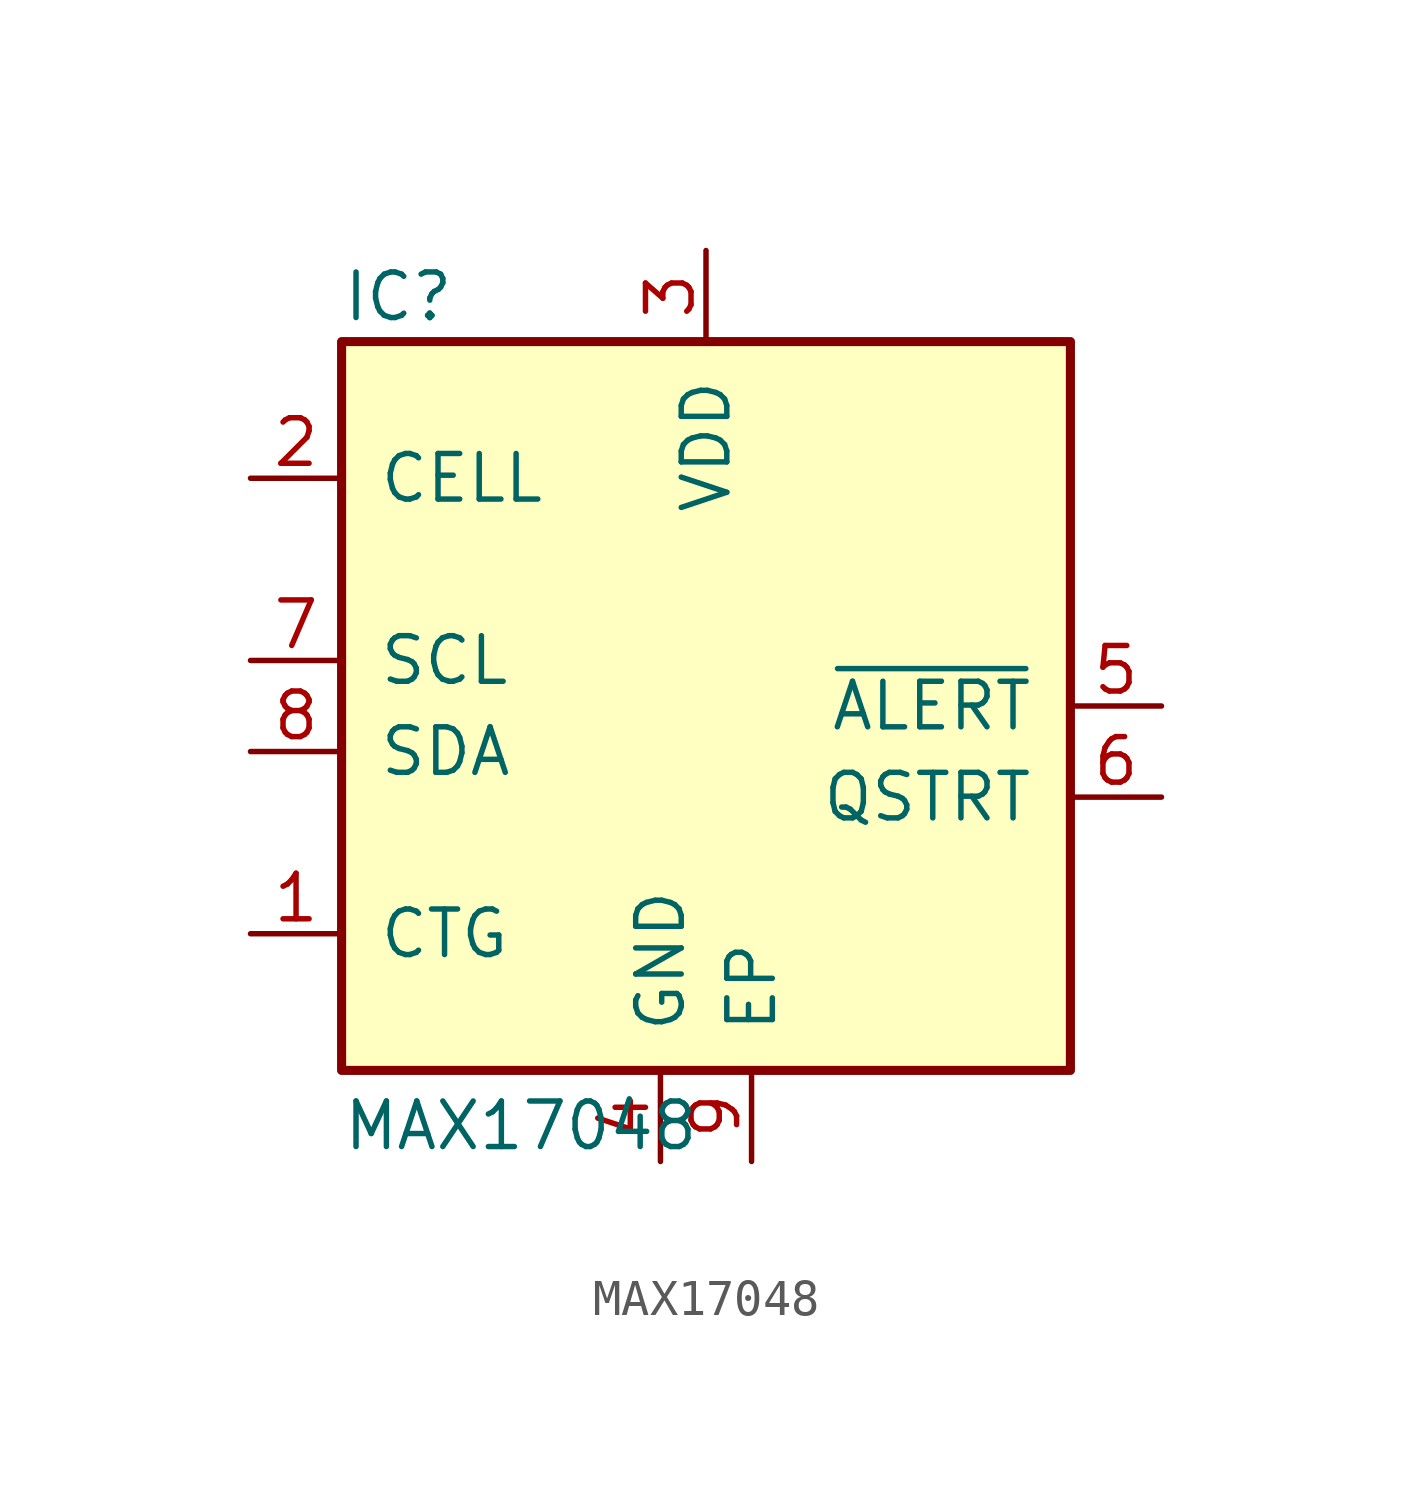
<source format=kicad_sym>
(kicad_symbol_lib
  (version 20241209)
  (generator "kicad_symbol_editor")
  (generator_version "9.0")
  (symbol "MAX17048"
    (pin_names
      (offset 1.016))
    (property "Reference" "IC"
      (at -10.16 10.668 0)
      (effects (font (size 1.27 1.27)) (justify left bottom)))
    (property "Value" "MAX17048"
      (at -10.16 -12.446 0)
      (effects (font (size 1.27 1.27)) (justify left bottom)))
    (symbol "MAX17048_0_0"
      (pin power_in line (at -12.7 6.35 0) (length 2.54) (name "CELL" (effects (font (size 1.27 1.27)))) (number "2" (effects (font (size 1.27 1.27)))))
      (pin input line (at -12.7 1.27 0) (length 2.54) (name "SCL" (effects (font (size 1.27 1.27)))) (number "7" (effects (font (size 1.27 1.27)))))
      (pin bidirectional line (at -12.7 -1.27 0) (length 2.54) (name "SDA" (effects (font (size 1.27 1.27)))) (number "8" (effects (font (size 1.27 1.27)))))
      (pin power_in line (at -12.7 -6.35 0) (length 2.54) (name "CTG" (effects (font (size 1.27 1.27)))) (number "1" (effects (font (size 1.27 1.27)))))
      (pin power_in line (at 0 12.7 270) (length 2.54) (name "VDD" (effects (font (size 1.27 1.27)))) (number "3" (effects (font (size 1.27 1.27)))))
      (pin output line (at 12.7 0 180) (length 2.54) (name "~{ALERT}" (effects (font (size 1.27 1.27)))) (number "5" (effects (font (size 1.27 1.27)))))
      (pin input line (at 12.7 -2.54 180) (length 2.54) (name "QSTRT" (effects (font (size 1.27 1.27)))) (number "6" (effects (font (size 1.27 1.27))))))
    (symbol "MAX17048_1_0"
      (rectangle (start -10.16 10.16) (end 10.16 -10.16) (stroke (width 0.254) (type solid)) (fill (type background)))
      (pin passive line (at -1.27 -12.7 90) (length 2.54) (name "GND" (effects (font (size 1.27 1.27)))) (number "4" (effects (font (size 1.27 1.27)))))
      (pin passive line (at 1.27 -12.7 90) (length 2.54) (name "EP" (effects (font (size 1.27 1.27)))) (number "9" (effects (font (size 1.27 1.27))))))))
</source>
